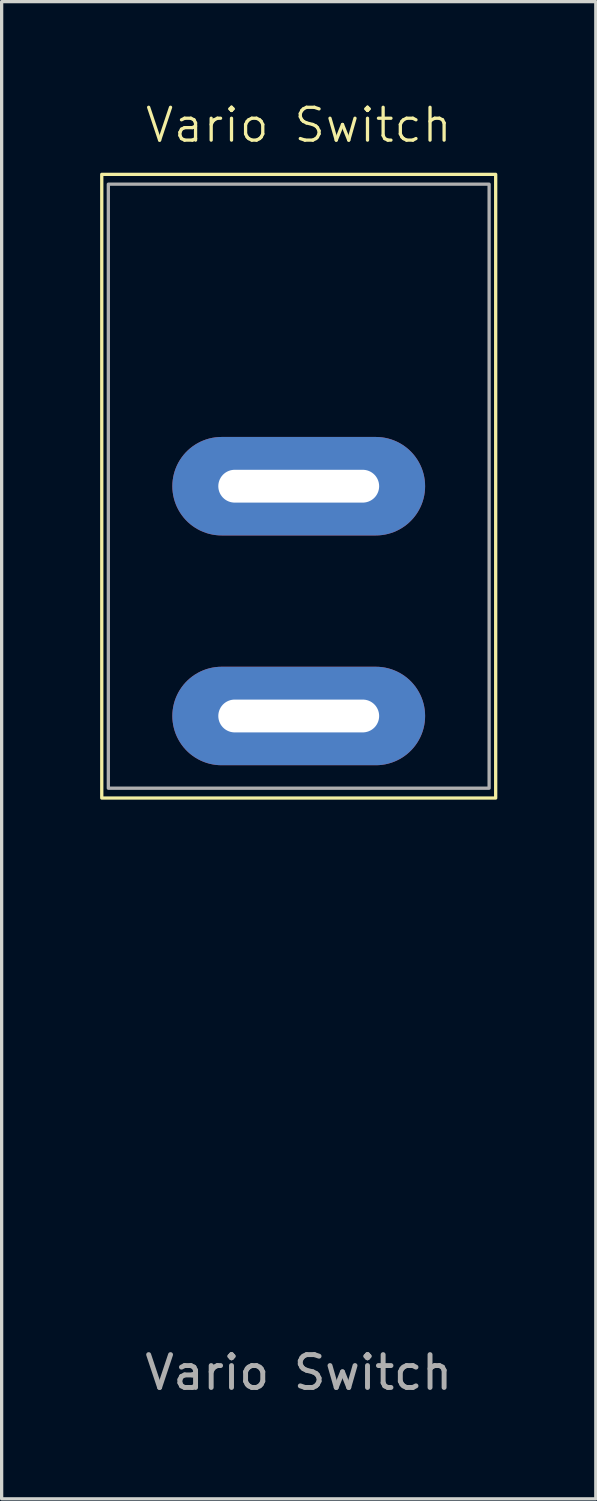
<source format=kicad_pcb>
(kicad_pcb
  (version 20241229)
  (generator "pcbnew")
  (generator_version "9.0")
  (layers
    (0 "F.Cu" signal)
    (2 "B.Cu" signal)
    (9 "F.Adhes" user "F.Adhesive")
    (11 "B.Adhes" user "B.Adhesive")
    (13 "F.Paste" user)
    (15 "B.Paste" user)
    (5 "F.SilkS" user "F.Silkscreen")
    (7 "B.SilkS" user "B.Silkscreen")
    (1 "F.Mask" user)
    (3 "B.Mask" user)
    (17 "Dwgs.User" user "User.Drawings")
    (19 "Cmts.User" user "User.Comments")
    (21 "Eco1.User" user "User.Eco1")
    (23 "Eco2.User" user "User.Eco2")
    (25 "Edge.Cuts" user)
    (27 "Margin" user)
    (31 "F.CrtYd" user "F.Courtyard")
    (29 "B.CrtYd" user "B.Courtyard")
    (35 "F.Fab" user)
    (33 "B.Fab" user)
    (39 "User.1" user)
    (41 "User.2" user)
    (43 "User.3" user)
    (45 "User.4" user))
  (footprint "Vario Switch"
    (layer "F.Cu")
    (at 6.05 11.761)
    (property "Reference" "Vario Switch" (at 0 -11 0) (unlocked yes) (layer "F.SilkS") (effects (font (size 1 1) (thickness 0.1))))
    (attr through_hole)
    (fp_rect (start -6 -9.5) (end 6 9.5) (stroke (width 0.1) (type default)) (fill no) (layer "F.SilkS"))
    (fp_rect (start -5.8 -9.2) (end 5.8 9.2) (stroke (width 0.1) (type default)) (fill no) (layer "F.Fab"))
    (fp_text user "${REFERENCE}" (at 0 27 0) (unlocked yes) (layer "F.Fab") (effects (font (size 1 1) (thickness 0.15))))
    (pad "1" thru_hole oval (at 0 0) (size 7.7 3) (drill oval 4.9 1) (layers "*.Cu" "*.Mask"))
    (pad "2" thru_hole oval (at 0 7) (size 7.7 3) (drill oval 4.9 1) (layers "*.Cu" "*.Mask")))
  (gr_rect
    (start -3 -3)
    (end 15.1 42.609)
    (stroke (width 0.1) (type default))
    (fill no)
    (layer "Edge.Cuts")))
</source>
